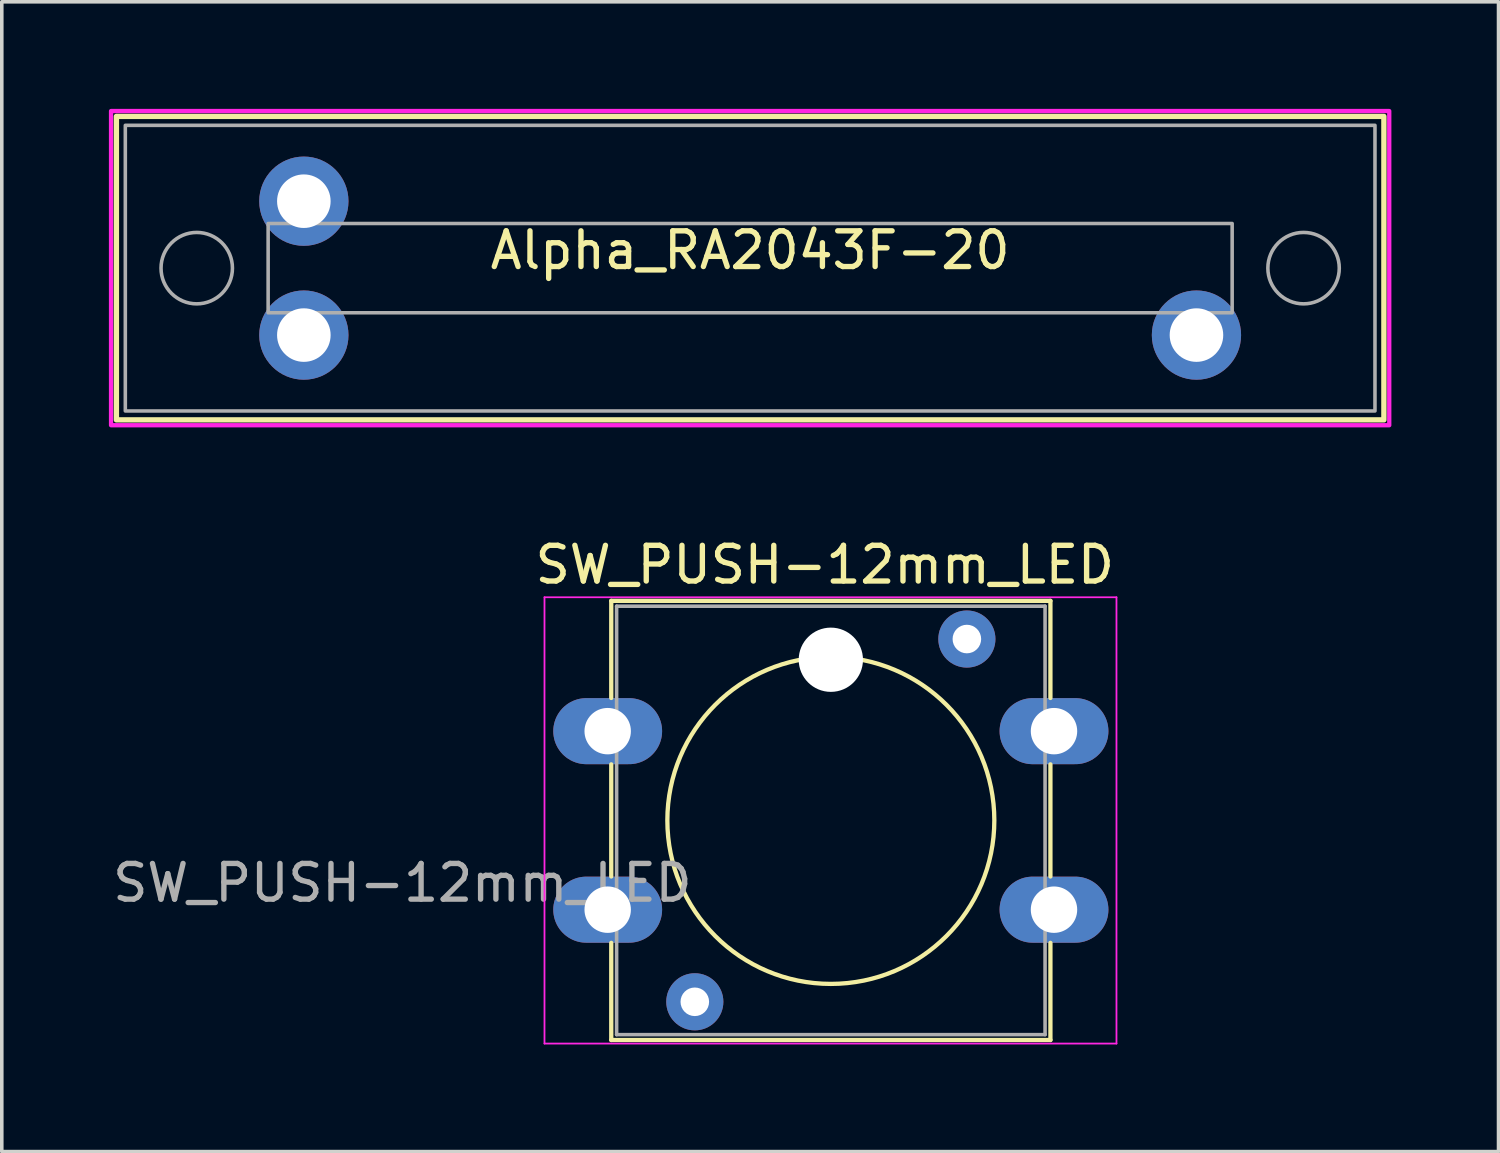
<source format=kicad_pcb>
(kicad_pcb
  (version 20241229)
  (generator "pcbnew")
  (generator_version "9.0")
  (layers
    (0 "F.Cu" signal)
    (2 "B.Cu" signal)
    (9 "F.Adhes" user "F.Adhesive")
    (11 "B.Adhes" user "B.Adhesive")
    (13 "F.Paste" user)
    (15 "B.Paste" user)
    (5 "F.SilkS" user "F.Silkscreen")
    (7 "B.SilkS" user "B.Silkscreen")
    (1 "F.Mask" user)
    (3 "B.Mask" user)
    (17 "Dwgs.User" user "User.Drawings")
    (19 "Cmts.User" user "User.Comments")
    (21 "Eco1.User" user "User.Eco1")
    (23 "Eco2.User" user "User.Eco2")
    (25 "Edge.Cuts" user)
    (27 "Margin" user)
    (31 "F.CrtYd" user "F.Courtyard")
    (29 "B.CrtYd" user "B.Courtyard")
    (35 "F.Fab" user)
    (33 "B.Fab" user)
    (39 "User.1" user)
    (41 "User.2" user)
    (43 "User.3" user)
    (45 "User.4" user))
  (footprint "SW_PUSH-12mm_LED"
    (layer "F.Cu")
    (at 20.22 19.928)
    (property "Reference" "SW_PUSH-12mm_LED" (at -0.17 -7.16 0) (layer "F.SilkS") (effects (font (size 1 1) (thickness 0.15))))
    (attr through_hole)
    (fp_line (start -6.15 -6.15) (end 6.15 -6.15) (stroke (width 0.12) (type solid)) (layer "F.SilkS"))
    (fp_line (start -6.15 -3.43) (end -6.15 -6.15) (stroke (width 0.12) (type solid)) (layer "F.SilkS"))
    (fp_line (start -6.15 1.57) (end -6.15 -1.57) (stroke (width 0.12) (type solid)) (layer "F.SilkS"))
    (fp_line (start -6.15 6.15) (end -6.15 3.43) (stroke (width 0.12) (type solid)) (layer "F.SilkS"))
    (fp_line (start 6.15 -6.15) (end 6.15 -3.43) (stroke (width 0.12) (type solid)) (layer "F.SilkS"))
    (fp_line (start 6.15 -1.57) (end 6.15 1.57) (stroke (width 0.12) (type solid)) (layer "F.SilkS"))
    (fp_line (start 6.15 3.43) (end 6.15 6.15) (stroke (width 0.12) (type solid)) (layer "F.SilkS"))
    (fp_line (start 6.15 6.15) (end -6.15 6.15) (stroke (width 0.12) (type solid)) (layer "F.SilkS"))
    (fp_circle (center 0 0) (end 3.81 2.54) (stroke (width 0.12) (type solid)) (fill no) (layer "F.SilkS"))
    (fp_line (start -8.02 -6.25) (end -8.02 6.25) (stroke (width 0.05) (type solid)) (layer "F.CrtYd"))
    (fp_line (start -8.02 -6.25) (end 8 -6.25) (stroke (width 0.05) (type solid)) (layer "F.CrtYd"))
    (fp_line (start 8 6.25) (end -8.02 6.25) (stroke (width 0.05) (type solid)) (layer "F.CrtYd"))
    (fp_line (start 8 6.25) (end 8 -6.25) (stroke (width 0.05) (type solid)) (layer "F.CrtYd"))
    (fp_line (start -6 -6) (end -6 6) (stroke (width 0.1) (type solid)) (layer "F.Fab"))
    (fp_line (start -6 -6) (end 6 -6) (stroke (width 0.1) (type solid)) (layer "F.Fab"))
    (fp_line (start -6 6) (end 6 6) (stroke (width 0.1) (type solid)) (layer "F.Fab"))
    (fp_line (start 6 -6) (end 6 6) (stroke (width 0.1) (type solid)) (layer "F.Fab"))
    (fp_text user "${REFERENCE}" (at -12 1.75 0) (layer "F.Fab") (effects (font (size 1 1) (thickness 0.15))))
    (pad "" np_thru_hole circle (at 0 -4.5) (size 1.8 1.8) (drill 1.8) (layers "*.Cu" "*.Mask"))
    (pad "1" thru_hole oval (at -6.25 -2.5) (size 3.048 1.85) (drill 1.3) (layers "*.Cu" "*.Mask"))
    (pad "1" thru_hole oval (at 6.25 -2.5) (size 3.048 1.85) (drill 1.3) (layers "*.Cu" "*.Mask"))
    (pad "2" thru_hole oval (at -6.25 2.5) (size 3.048 1.85) (drill 1.3) (layers "*.Cu" "*.Mask"))
    (pad "2" thru_hole oval (at 6.25 2.5) (size 3.048 1.85) (drill 1.3) (layers "*.Cu" "*.Mask"))
    (pad "3" thru_hole circle (at -3.81 5.08) (size 1.6 1.6) (drill 0.8) (layers "*.Cu" "*.Mask"))
    (pad "4" thru_hole circle (at 3.81 -5.08) (size 1.6 1.6) (drill 0.8) (layers "*.Cu" "*.Mask")))
  (footprint "Alpha_RA2043F-20"
    (layer "F.Cu")
    (at 17.96 4.46)
    (property "Reference" "Alpha_RA2043F-20" (at 0 -0.5 0) (unlocked yes) (layer "F.SilkS") (effects (font (size 1 1) (thickness 0.15))))
    (attr through_hole)
    (fp_rect (start -17.75 -4.25) (end 17.75 4.25) (stroke (width 0.15) (type solid)) (fill no) (layer "F.SilkS"))
    (fp_rect (start -17.9 -4.4) (end 17.9 4.4) (stroke (width 0.12) (type solid)) (fill no) (layer "F.CrtYd"))
    (fp_rect (start 13.5 -1.25) (end -13.5 1.25) (stroke (width 0.1) (type solid)) (fill no) (layer "F.Fab"))
    (fp_rect (start 17.5 -4) (end -17.5 4) (stroke (width 0.1) (type solid)) (fill no) (layer "F.Fab"))
    (fp_circle (center -15.5 0) (end -14.5 0) (stroke (width 0.1) (type solid)) (fill no) (layer "F.Fab"))
    (fp_circle (center 15.5 0) (end 16.5 0) (stroke (width 0.1) (type solid)) (fill no) (layer "F.Fab"))
    (pad "1" thru_hole circle (at -12.5 1.875) (size 2.5 2.5) (drill 1.5) (layers "*.Cu" "*.Mask"))
    (pad "2" thru_hole circle (at -12.5 -1.875) (size 2.5 2.5) (drill 1.5) (layers "*.Cu" "*.Mask"))
    (pad "3" thru_hole circle (at 12.5 1.875) (size 2.5 2.5) (drill 1.5) (layers "*.Cu" "*.Mask")))
  (gr_rect
    (start -3 -3)
    (end 38.92 29.203)
    (stroke (width 0.1) (type default))
    (fill no)
    (layer "Edge.Cuts")))
</source>
